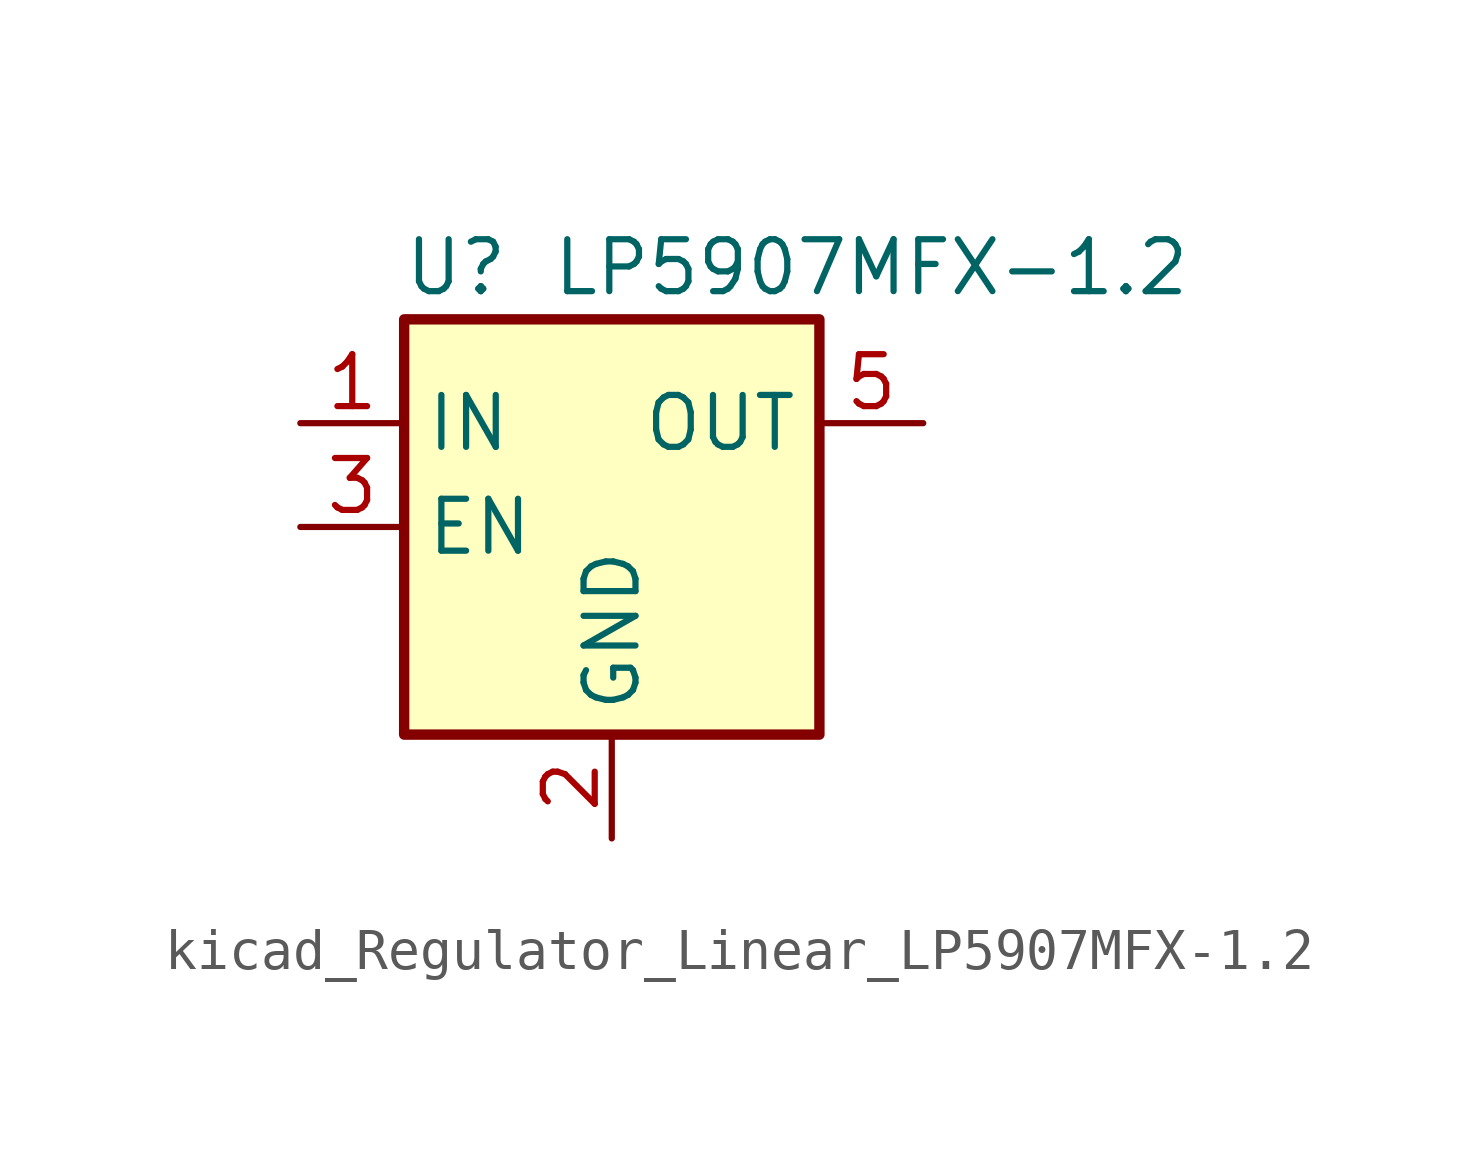
<source format=kicad_sym>
(kicad_symbol_lib
  (version 20220914)
  (generator kicad_symbol_editor)
  (symbol "kicad_Regulator_Linear_LP5907MFX-1.2"
    (property "Reference" "U"
      (at -3.81 6.35 0)
      (effects (font (size 1.27 1.27))))
    (property "Value" "LP5907MFX-1.2"
      (at 6.35 6.35 0)
      (effects (font (size 1.27 1.27))))
    (symbol "kicad_Regulator_Linear_LP5907MFX-1.2_0_1"
      (rectangle (start -5.08 -5.08) (end 5.08 5.08) (stroke (width 0.254) (type default)) (fill (type background)))
      (pin power_in line (at -7.62 2.54 0) (length 2.54) (name "IN" (effects (font (size 1.27 1.27)))) (number "1" (effects (font (size 1.27 1.27)))))
      (pin power_in line (at 0 -7.62 90) (length 2.54) (name "GND" (effects (font (size 1.27 1.27)))) (number "2" (effects (font (size 1.27 1.27)))))
      (pin input line (at -7.62 0 0) (length 2.54) (name "EN" (effects (font (size 1.27 1.27)))) (number "3" (effects (font (size 1.27 1.27)))))
      (pin no_connect line (at 5.08 0 180) (length 2.54) hide (name "NC" (effects (font (size 1.27 1.27)))) (number "4" (effects (font (size 1.27 1.27)))))
      (pin power_out line (at 7.62 2.54 180) (length 2.54) (name "OUT" (effects (font (size 1.27 1.27)))) (number "5" (effects (font (size 1.27 1.27))))))))
</source>
